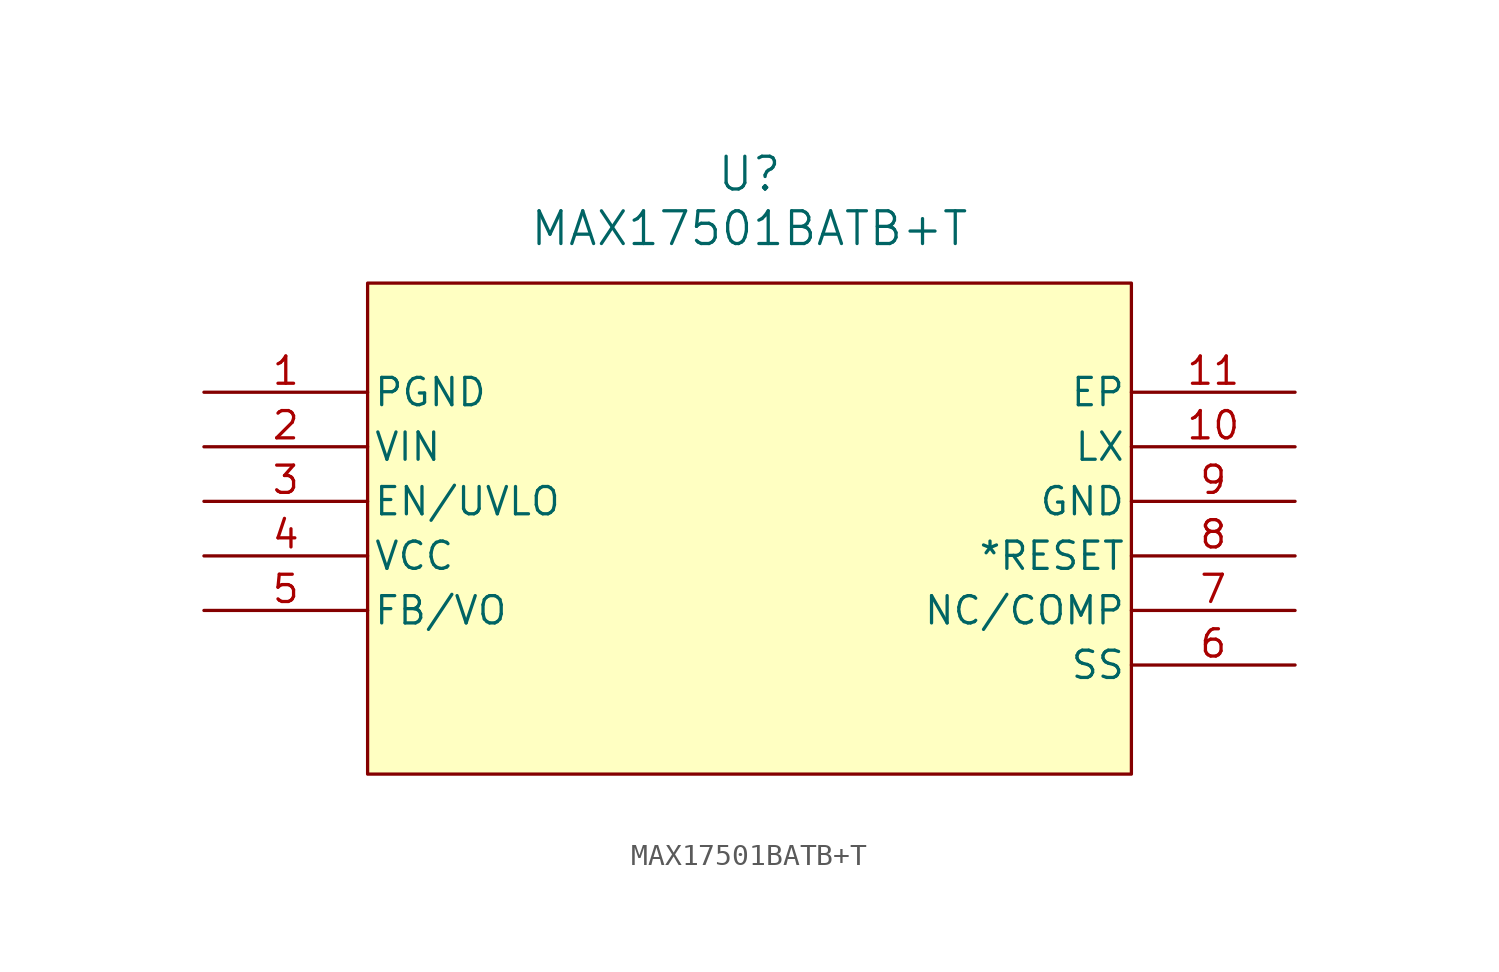
<source format=kicad_sym>
(kicad_symbol_lib
  (version 20220914)
  (generator kicad_symbol_editor)
  (symbol "MAX17501BATB+T"
    (pin_names
      (offset 0.254))
    (property "Reference" "U"
      (at 25.4 10.16 0)
      (effects (font (size 1.524 1.524))))
    (property "Value" "MAX17501BATB+T"
      (at 25.4 7.62 0)
      (effects (font (size 1.524 1.524))))
    (property "ki_locked" ""
      (at 0 0 0)
      (effects (font (size 1.27 1.27))))
    (symbol "MAX17501BATB+T_0_1"
      (pin power_in line (at 0 0 0) (length 7.62) (name "PGND" (effects (font (size 1.27 1.27)))) (number "1" (effects (font (size 1.27 1.27)))))
      (pin bidirectional line (at 50.8 -2.54 180) (length 7.62) (name "LX" (effects (font (size 1.27 1.27)))) (number "10" (effects (font (size 1.27 1.27)))))
      (pin unspecified line (at 50.8 0 180) (length 7.62) (name "EP" (effects (font (size 1.27 1.27)))) (number "11" (effects (font (size 1.27 1.27)))))
      (pin input line (at 0 -2.54 0) (length 7.62) (name "VIN" (effects (font (size 1.27 1.27)))) (number "2" (effects (font (size 1.27 1.27)))))
      (pin bidirectional line (at 0 -5.08 0) (length 7.62) (name "EN/UVLO" (effects (font (size 1.27 1.27)))) (number "3" (effects (font (size 1.27 1.27)))))
      (pin power_in line (at 0 -7.62 0) (length 7.62) (name "VCC" (effects (font (size 1.27 1.27)))) (number "4" (effects (font (size 1.27 1.27)))))
      (pin bidirectional line (at 0 -10.16 0) (length 7.62) (name "FB/VO" (effects (font (size 1.27 1.27)))) (number "5" (effects (font (size 1.27 1.27)))))
      (pin bidirectional line (at 50.8 -12.7 180) (length 7.62) (name "SS" (effects (font (size 1.27 1.27)))) (number "6" (effects (font (size 1.27 1.27)))))
      (pin bidirectional line (at 50.8 -10.16 180) (length 7.62) (name "NC/COMP" (effects (font (size 1.27 1.27)))) (number "7" (effects (font (size 1.27 1.27)))))
      (pin bidirectional line (at 50.8 -7.62 180) (length 7.62) (name "*RESET" (effects (font (size 1.27 1.27)))) (number "8" (effects (font (size 1.27 1.27)))))
      (pin power_in line (at 50.8 -5.08 180) (length 7.62) (name "GND" (effects (font (size 1.27 1.27)))) (number "9" (effects (font (size 1.27 1.27))))))
    (symbol "MAX17501BATB+T_1_1"
      (rectangle (start 7.62 5.08) (end 43.18 -17.78) (stroke (width 0) (type default)) (fill (type background))))))
</source>
